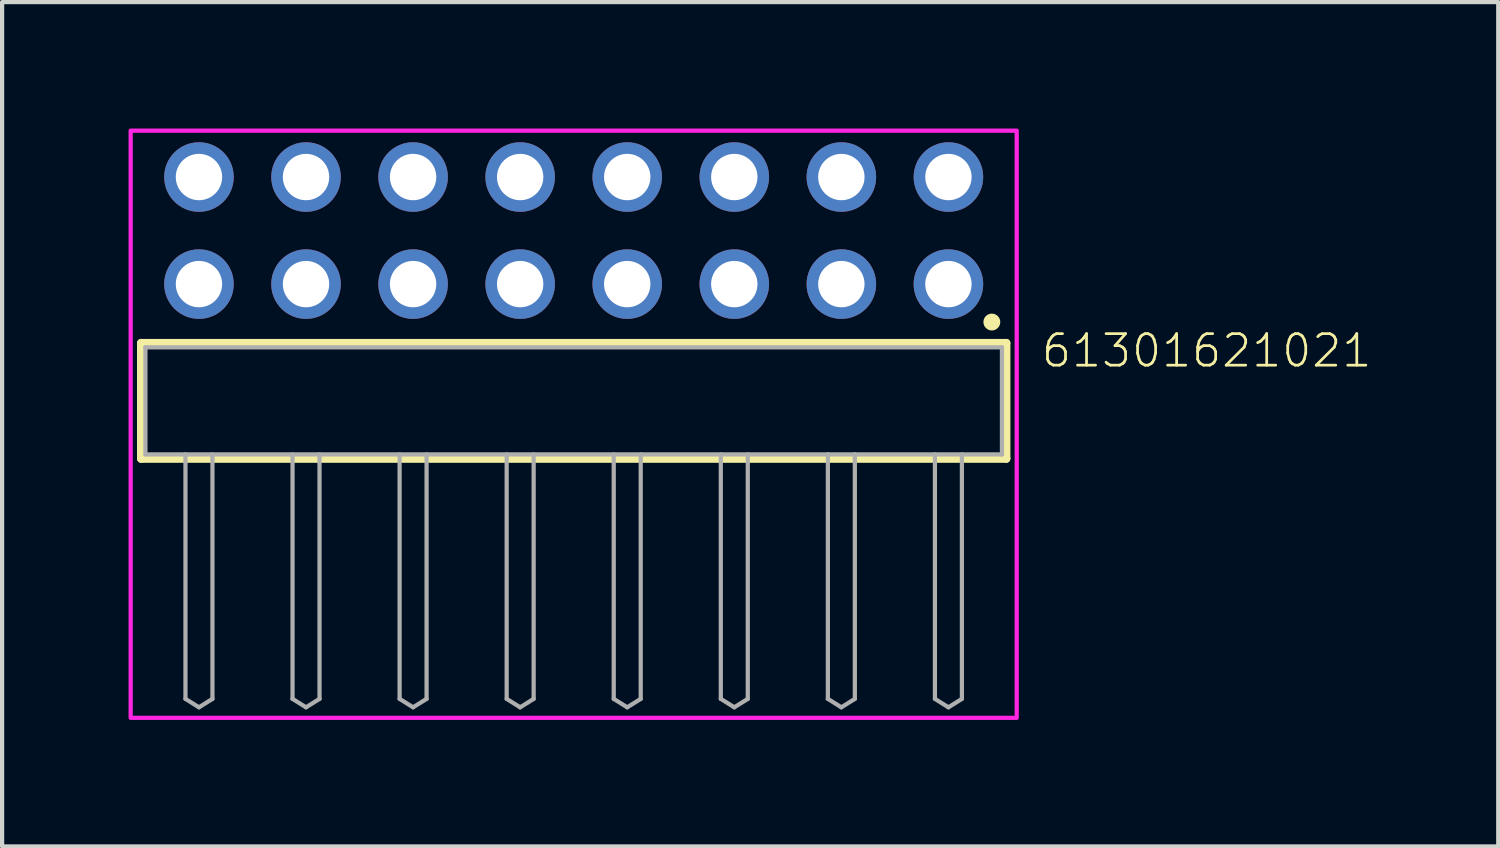
<source format=kicad_pcb>
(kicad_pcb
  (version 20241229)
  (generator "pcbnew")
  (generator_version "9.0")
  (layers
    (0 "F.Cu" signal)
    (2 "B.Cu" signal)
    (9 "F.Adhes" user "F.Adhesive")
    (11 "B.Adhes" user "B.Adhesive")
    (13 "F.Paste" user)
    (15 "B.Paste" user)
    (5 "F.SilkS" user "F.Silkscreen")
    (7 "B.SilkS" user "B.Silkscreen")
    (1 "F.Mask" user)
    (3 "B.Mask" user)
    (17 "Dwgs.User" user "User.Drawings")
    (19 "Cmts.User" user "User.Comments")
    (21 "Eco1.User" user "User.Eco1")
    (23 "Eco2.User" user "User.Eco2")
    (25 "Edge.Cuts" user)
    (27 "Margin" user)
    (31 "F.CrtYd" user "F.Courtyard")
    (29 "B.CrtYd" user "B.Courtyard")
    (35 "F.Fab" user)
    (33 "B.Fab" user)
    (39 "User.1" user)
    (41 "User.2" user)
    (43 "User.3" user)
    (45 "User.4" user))
  (footprint "61301621021"
    (layer "F.Cu")
    (at 10.56 6.46)
    (property "Reference" "61301621021" (at 11.055 -0.752 0) (unlocked yes) (layer "F.SilkS") (effects (font (size 0.748 0.748) (thickness 0.065)) (justify left bottom)))
    (fp_line (start -10.26 -1.37) (end 10.26 -1.37) (stroke (width 0.2) (type solid)) (layer "F.SilkS"))
    (fp_line (start -10.26 1.37) (end -10.26 -1.37) (stroke (width 0.2) (type solid)) (layer "F.SilkS"))
    (fp_line (start 10.26 -1.37) (end 10.26 1.37) (stroke (width 0.2) (type solid)) (layer "F.SilkS"))
    (fp_line (start 10.26 1.37) (end -10.26 1.37) (stroke (width 0.2) (type solid)) (layer "F.SilkS"))
    (fp_circle (center 9.92 -1.87) (end 10.02 -1.87) (stroke (width 0.2) (type solid)) (fill no) (layer "F.SilkS"))
    (fp_poly (pts (xy 10.51 7.52) (xy -10.51 7.52) (xy -10.51 -6.41) (xy 10.51 -6.41)) (stroke (width 0.1) (type default)) (fill no) (layer "F.CrtYd"))
    (fp_line (start -10.16 -1.27) (end 10.16 -1.27) (stroke (width 0.1) (type solid)) (layer "F.Fab"))
    (fp_line (start -10.16 1.27) (end -10.16 -1.27) (stroke (width 0.1) (type solid)) (layer "F.Fab"))
    (fp_line (start -9.21 1.27) (end -9.21 7.07) (stroke (width 0.1) (type solid)) (layer "F.Fab"))
    (fp_line (start -9.21 7.07) (end -8.89 7.27) (stroke (width 0.1) (type solid)) (layer "F.Fab"))
    (fp_line (start -8.89 7.27) (end -8.57 7.07) (stroke (width 0.1) (type solid)) (layer "F.Fab"))
    (fp_line (start -8.57 1.27) (end -8.57 7.07) (stroke (width 0.1) (type solid)) (layer "F.Fab"))
    (fp_line (start -6.67 1.27) (end -6.67 7.07) (stroke (width 0.1) (type solid)) (layer "F.Fab"))
    (fp_line (start -6.67 7.07) (end -6.35 7.27) (stroke (width 0.1) (type solid)) (layer "F.Fab"))
    (fp_line (start -6.35 7.27) (end -6.03 7.07) (stroke (width 0.1) (type solid)) (layer "F.Fab"))
    (fp_line (start -6.03 1.27) (end -6.03 7.07) (stroke (width 0.1) (type solid)) (layer "F.Fab"))
    (fp_line (start -4.13 1.27) (end -4.13 7.07) (stroke (width 0.1) (type solid)) (layer "F.Fab"))
    (fp_line (start -4.13 7.07) (end -3.81 7.27) (stroke (width 0.1) (type solid)) (layer "F.Fab"))
    (fp_line (start -3.81 7.27) (end -3.49 7.07) (stroke (width 0.1) (type solid)) (layer "F.Fab"))
    (fp_line (start -3.49 1.27) (end -3.49 7.07) (stroke (width 0.1) (type solid)) (layer "F.Fab"))
    (fp_line (start -1.59 1.27) (end -1.59 7.07) (stroke (width 0.1) (type solid)) (layer "F.Fab"))
    (fp_line (start -1.59 7.07) (end -1.27 7.27) (stroke (width 0.1) (type solid)) (layer "F.Fab"))
    (fp_line (start -1.27 7.27) (end -0.95 7.07) (stroke (width 0.1) (type solid)) (layer "F.Fab"))
    (fp_line (start -0.95 1.27) (end -0.95 7.07) (stroke (width 0.1) (type solid)) (layer "F.Fab"))
    (fp_line (start 0.95 1.27) (end 0.95 7.07) (stroke (width 0.1) (type solid)) (layer "F.Fab"))
    (fp_line (start 0.95 7.07) (end 1.27 7.27) (stroke (width 0.1) (type solid)) (layer "F.Fab"))
    (fp_line (start 1.27 7.27) (end 1.59 7.07) (stroke (width 0.1) (type solid)) (layer "F.Fab"))
    (fp_line (start 1.59 1.27) (end 1.59 7.07) (stroke (width 0.1) (type solid)) (layer "F.Fab"))
    (fp_line (start 3.49 1.27) (end 3.49 7.07) (stroke (width 0.1) (type solid)) (layer "F.Fab"))
    (fp_line (start 3.49 7.07) (end 3.81 7.27) (stroke (width 0.1) (type solid)) (layer "F.Fab"))
    (fp_line (start 3.81 7.27) (end 4.13 7.07) (stroke (width 0.1) (type solid)) (layer "F.Fab"))
    (fp_line (start 4.13 1.27) (end 4.13 7.07) (stroke (width 0.1) (type solid)) (layer "F.Fab"))
    (fp_line (start 6.03 1.27) (end -10.16 1.27) (stroke (width 0.1) (type solid)) (layer "F.Fab"))
    (fp_line (start 6.03 1.27) (end 6.03 7.07) (stroke (width 0.1) (type solid)) (layer "F.Fab"))
    (fp_line (start 6.03 7.07) (end 6.35 7.27) (stroke (width 0.1) (type solid)) (layer "F.Fab"))
    (fp_line (start 6.35 7.27) (end 6.67 7.07) (stroke (width 0.1) (type solid)) (layer "F.Fab"))
    (fp_line (start 6.67 1.27) (end 6.03 1.27) (stroke (width 0.1) (type solid)) (layer "F.Fab"))
    (fp_line (start 6.67 1.27) (end 6.67 7.07) (stroke (width 0.1) (type solid)) (layer "F.Fab"))
    (fp_line (start 8.57 1.27) (end 8.57 7.07) (stroke (width 0.1) (type solid)) (layer "F.Fab"))
    (fp_line (start 8.57 7.07) (end 8.89 7.27) (stroke (width 0.1) (type solid)) (layer "F.Fab"))
    (fp_line (start 8.89 7.27) (end 9.21 7.07) (stroke (width 0.1) (type solid)) (layer "F.Fab"))
    (fp_line (start 9.21 1.27) (end 9.21 7.07) (stroke (width 0.1) (type solid)) (layer "F.Fab"))
    (fp_line (start 10.16 -1.27) (end 10.16 1.27) (stroke (width 0.1) (type solid)) (layer "F.Fab"))
    (fp_line (start 10.16 1.27) (end 6.67 1.27) (stroke (width 0.1) (type solid)) (layer "F.Fab"))
    (pad "1" thru_hole circle (at 8.89 -2.77) (size 1.65 1.65) (drill 1.1) (layers "*.Cu" "*.Mask"))
    (pad "2" thru_hole circle (at 8.89 -5.31) (size 1.65 1.65) (drill 1.1) (layers "*.Cu" "*.Mask"))
    (pad "3" thru_hole circle (at 6.35 -2.77) (size 1.65 1.65) (drill 1.1) (layers "*.Cu" "*.Mask"))
    (pad "4" thru_hole circle (at 6.35 -5.31) (size 1.65 1.65) (drill 1.1) (layers "*.Cu" "*.Mask"))
    (pad "5" thru_hole circle (at 3.81 -2.77) (size 1.65 1.65) (drill 1.1) (layers "*.Cu" "*.Mask"))
    (pad "6" thru_hole circle (at 3.81 -5.31) (size 1.65 1.65) (drill 1.1) (layers "*.Cu" "*.Mask"))
    (pad "7" thru_hole circle (at 1.27 -2.77) (size 1.65 1.65) (drill 1.1) (layers "*.Cu" "*.Mask"))
    (pad "8" thru_hole circle (at 1.27 -5.31) (size 1.65 1.65) (drill 1.1) (layers "*.Cu" "*.Mask"))
    (pad "9" thru_hole circle (at -1.27 -2.77) (size 1.65 1.65) (drill 1.1) (layers "*.Cu" "*.Mask"))
    (pad "10" thru_hole circle (at -1.27 -5.31) (size 1.65 1.65) (drill 1.1) (layers "*.Cu" "*.Mask"))
    (pad "11" thru_hole circle (at -3.81 -2.77) (size 1.65 1.65) (drill 1.1) (layers "*.Cu" "*.Mask"))
    (pad "12" thru_hole circle (at -3.81 -5.31) (size 1.65 1.65) (drill 1.1) (layers "*.Cu" "*.Mask"))
    (pad "13" thru_hole circle (at -6.35 -2.77) (size 1.65 1.65) (drill 1.1) (layers "*.Cu" "*.Mask"))
    (pad "14" thru_hole circle (at -6.35 -5.31) (size 1.65 1.65) (drill 1.1) (layers "*.Cu" "*.Mask"))
    (pad "15" thru_hole circle (at -8.89 -2.77) (size 1.65 1.65) (drill 1.1) (layers "*.Cu" "*.Mask"))
    (pad "16" thru_hole circle (at -8.89 -5.31) (size 1.65 1.65) (drill 1.1) (layers "*.Cu" "*.Mask")))
  (gr_rect
    (start -3 -3)
    (end 32.494 17.03)
    (stroke (width 0.1) (type default))
    (fill no)
    (layer "Edge.Cuts")))
</source>
